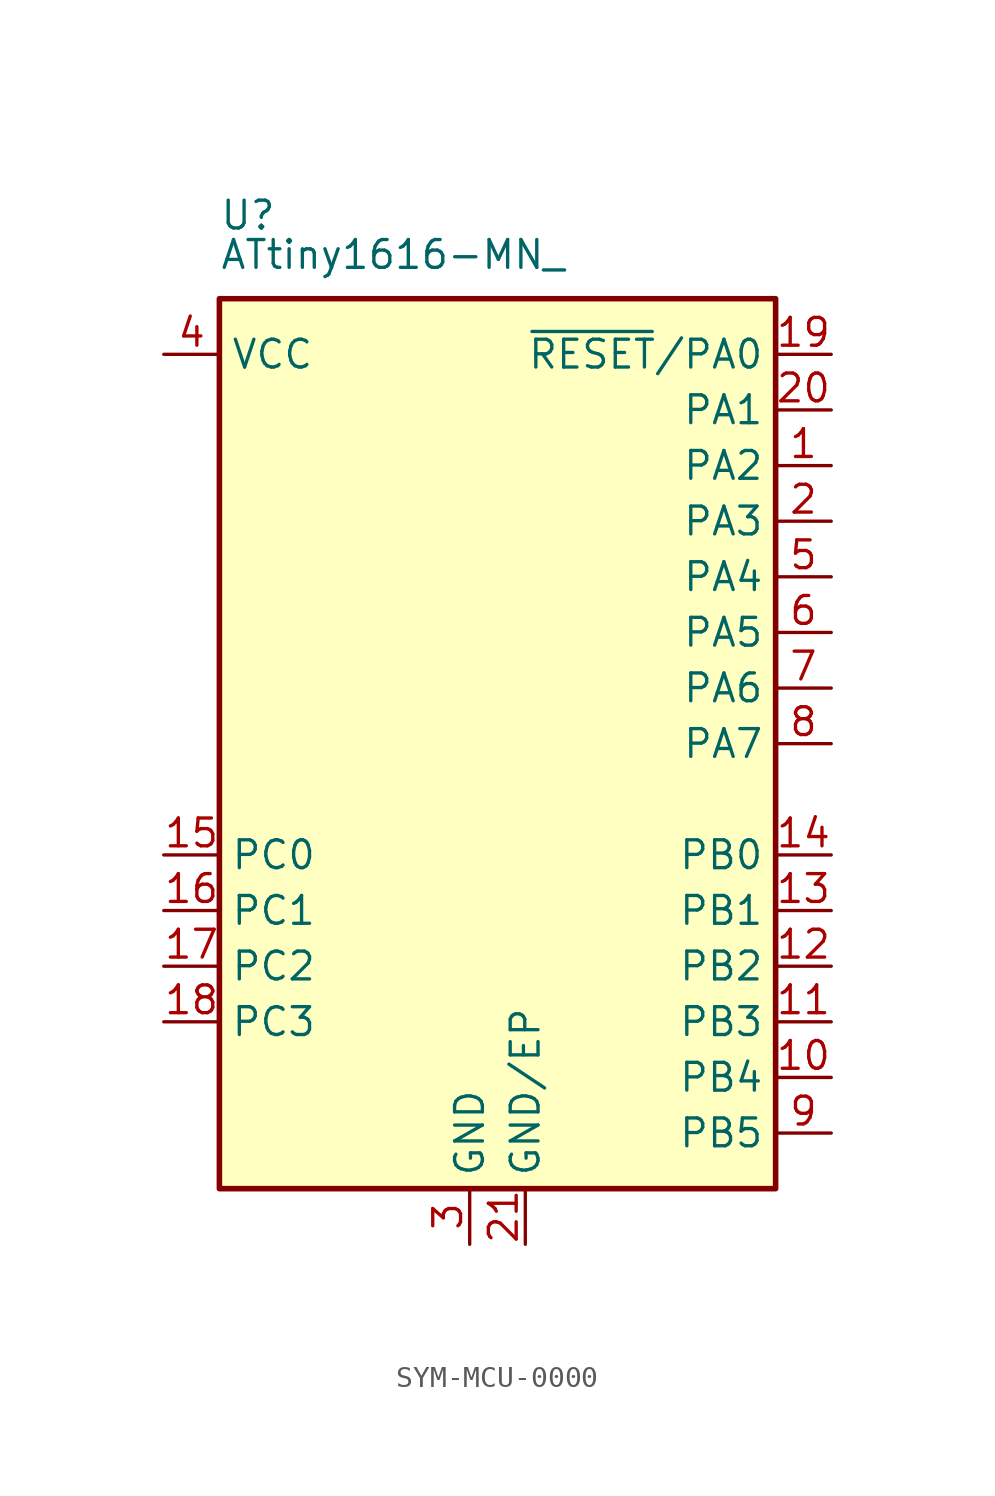
<source format=kicad_sym>
(kicad_symbol_lib
  (version 20241209)
  (generator "kicad_symbol_editor")
  (generator_version "9.0")
  (symbol "SYM-MCU-0000"
    (property "Reference" "U"
      (at -12.7 24.13 0)
      (effects (font (size 1.27 1.27)) (justify left)))
    (property "Value" "ATtiny1616-MN_"
      (at -12.7 21.59 0)
      (effects (font (size 1.27 1.27)) (justify left bottom)))
    (symbol "SYM-MCU-0000_0_1"
      (rectangle (start -12.7 20.32) (end 12.7 -20.32) (stroke (width 0.254) (type default)) (fill (type background))))
    (symbol "SYM-MCU-0000_1_1"
      (pin power_in line (at -15.24 17.78 0) (length 2.54) (name "VCC" (effects (font (size 1.27 1.27)))) (number "4" (effects (font (size 1.27 1.27)))))
      (pin bidirectional line (at -15.24 -5.08 0) (length 2.54) (name "PC0" (effects (font (size 1.27 1.27)))) (number "15" (effects (font (size 1.27 1.27)))))
      (pin bidirectional line (at -15.24 -7.62 0) (length 2.54) (name "PC1" (effects (font (size 1.27 1.27)))) (number "16" (effects (font (size 1.27 1.27)))))
      (pin bidirectional line (at -15.24 -10.16 0) (length 2.54) (name "PC2" (effects (font (size 1.27 1.27)))) (number "17" (effects (font (size 1.27 1.27)))))
      (pin bidirectional line (at -15.24 -12.7 0) (length 2.54) (name "PC3" (effects (font (size 1.27 1.27)))) (number "18" (effects (font (size 1.27 1.27)))))
      (pin power_in line (at -1.27 -22.86 90) (length 2.54) (name "GND" (effects (font (size 1.27 1.27)))) (number "3" (effects (font (size 1.27 1.27)))))
      (pin passive line (at 1.27 -22.86 90) (length 2.54) (name "GND/EP" (effects (font (size 1.27 1.27)))) (number "21" (effects (font (size 1.27 1.27)))))
      (pin bidirectional line (at 15.24 17.78 180) (length 2.54) (name "~{RESET}/PA0" (effects (font (size 1.27 1.27)))) (number "19" (effects (font (size 1.27 1.27)))))
      (pin bidirectional line (at 15.24 15.24 180) (length 2.54) (name "PA1" (effects (font (size 1.27 1.27)))) (number "20" (effects (font (size 1.27 1.27)))))
      (pin bidirectional line (at 15.24 12.7 180) (length 2.54) (name "PA2" (effects (font (size 1.27 1.27)))) (number "1" (effects (font (size 1.27 1.27)))))
      (pin bidirectional line (at 15.24 10.16 180) (length 2.54) (name "PA3" (effects (font (size 1.27 1.27)))) (number "2" (effects (font (size 1.27 1.27)))))
      (pin bidirectional line (at 15.24 7.62 180) (length 2.54) (name "PA4" (effects (font (size 1.27 1.27)))) (number "5" (effects (font (size 1.27 1.27)))))
      (pin bidirectional line (at 15.24 5.08 180) (length 2.54) (name "PA5" (effects (font (size 1.27 1.27)))) (number "6" (effects (font (size 1.27 1.27)))))
      (pin bidirectional line (at 15.24 2.54 180) (length 2.54) (name "PA6" (effects (font (size 1.27 1.27)))) (number "7" (effects (font (size 1.27 1.27)))))
      (pin bidirectional line (at 15.24 0 180) (length 2.54) (name "PA7" (effects (font (size 1.27 1.27)))) (number "8" (effects (font (size 1.27 1.27)))))
      (pin bidirectional line (at 15.24 -5.08 180) (length 2.54) (name "PB0" (effects (font (size 1.27 1.27)))) (number "14" (effects (font (size 1.27 1.27)))))
      (pin bidirectional line (at 15.24 -7.62 180) (length 2.54) (name "PB1" (effects (font (size 1.27 1.27)))) (number "13" (effects (font (size 1.27 1.27)))))
      (pin bidirectional line (at 15.24 -10.16 180) (length 2.54) (name "PB2" (effects (font (size 1.27 1.27)))) (number "12" (effects (font (size 1.27 1.27)))))
      (pin bidirectional line (at 15.24 -12.7 180) (length 2.54) (name "PB3" (effects (font (size 1.27 1.27)))) (number "11" (effects (font (size 1.27 1.27)))))
      (pin bidirectional line (at 15.24 -15.24 180) (length 2.54) (name "PB4" (effects (font (size 1.27 1.27)))) (number "10" (effects (font (size 1.27 1.27)))))
      (pin bidirectional line (at 15.24 -17.78 180) (length 2.54) (name "PB5" (effects (font (size 1.27 1.27)))) (number "9" (effects (font (size 1.27 1.27))))))))
</source>
